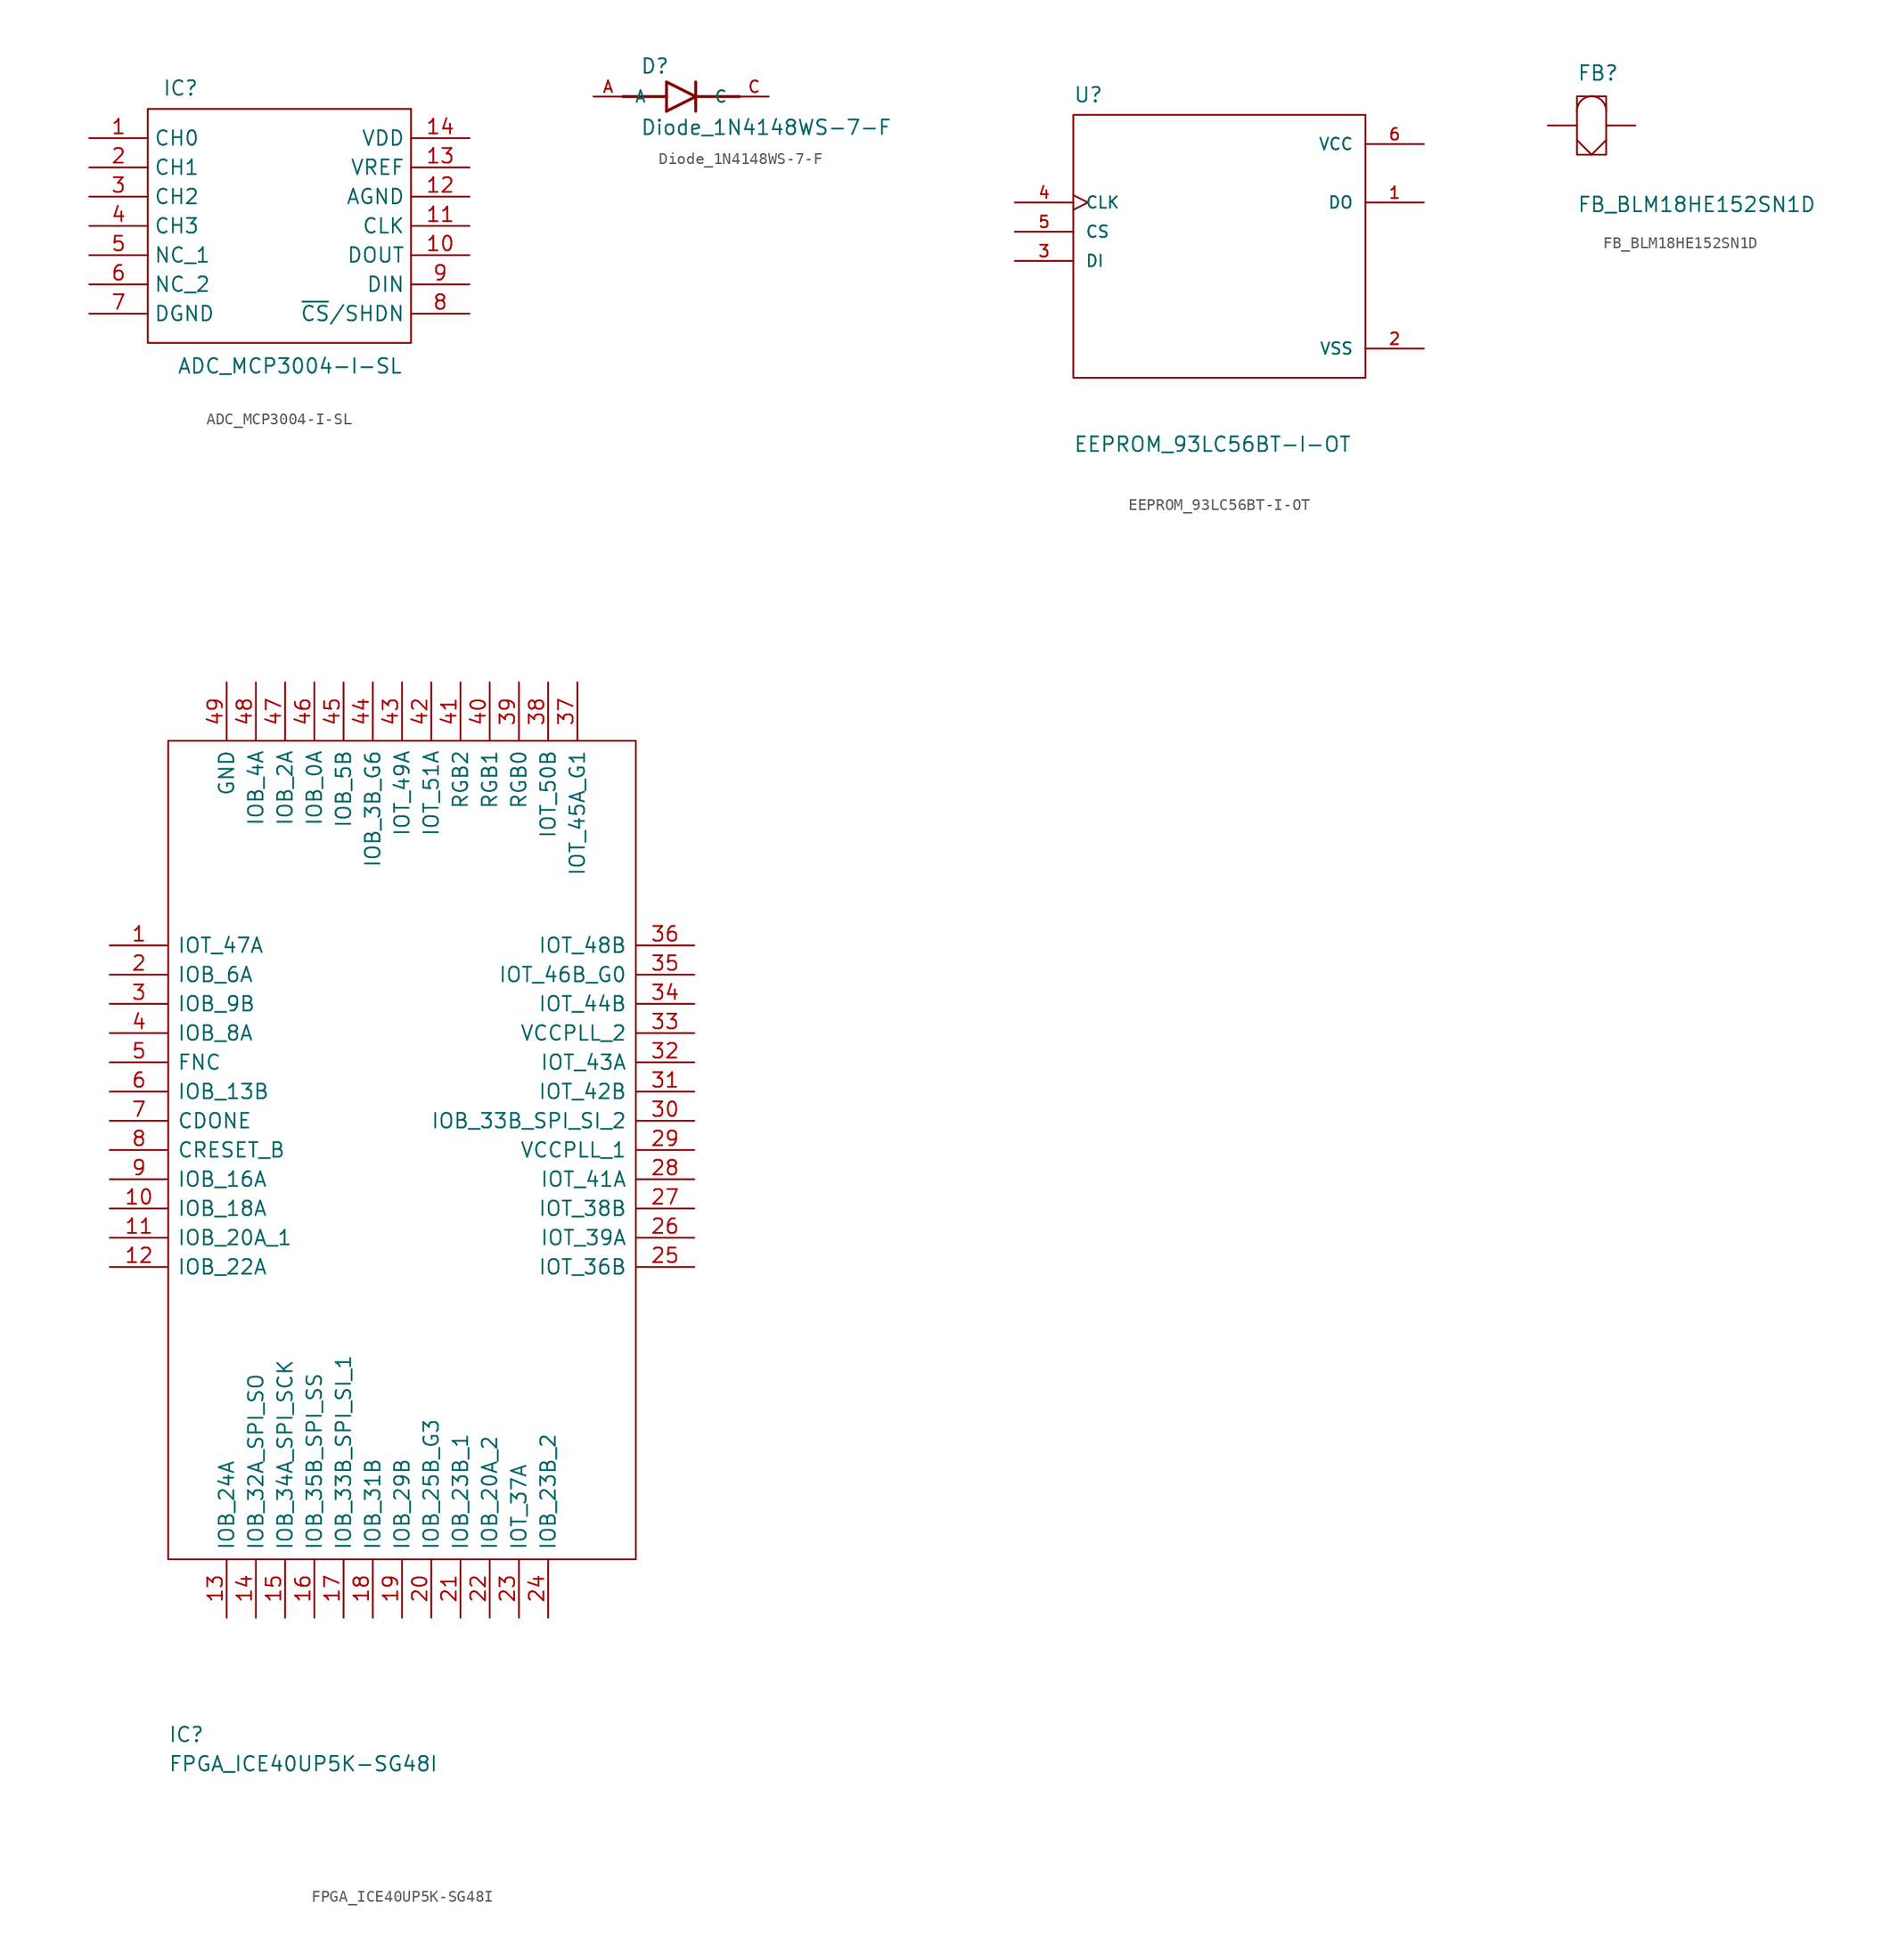
<source format=kicad_sym>
(kicad_symbol_lib
  (version 20220914)
  (generator kicad_symbol_editor)
  (symbol "ADC_MCP3004-I-SL"
    (property "Reference" "IC"
      (at 1.27 2.54 0)
      (effects (font (size 1.27 1.27)) (justify left top)))
    (property "Value" "ADC_MCP3004-I-SL"
      (at 2.54 -21.59 0)
      (effects (font (size 1.27 1.27)) (justify left top)))
    (symbol "ADC_MCP3004-I-SL_0_1"
      (rectangle (start 0 0) (end 22.86 -20.32) (stroke (width 0) (type default)) (fill (type none))))
    (symbol "ADC_MCP3004-I-SL_1_1"
      (pin passive line (at -5.08 -2.54 0) (length 5.08) (name "CH0" (effects (font (size 1.27 1.27)))) (number "1" (effects (font (size 1.27 1.27)))))
      (pin passive line (at 27.94 -12.7 180) (length 5.08) (name "DOUT" (effects (font (size 1.27 1.27)))) (number "10" (effects (font (size 1.27 1.27)))))
      (pin passive line (at 27.94 -10.16 180) (length 5.08) (name "CLK" (effects (font (size 1.27 1.27)))) (number "11" (effects (font (size 1.27 1.27)))))
      (pin passive line (at 27.94 -7.62 180) (length 5.08) (name "AGND" (effects (font (size 1.27 1.27)))) (number "12" (effects (font (size 1.27 1.27)))))
      (pin passive line (at 27.94 -5.08 180) (length 5.08) (name "VREF" (effects (font (size 1.27 1.27)))) (number "13" (effects (font (size 1.27 1.27)))))
      (pin passive line (at 27.94 -2.54 180) (length 5.08) (name "VDD" (effects (font (size 1.27 1.27)))) (number "14" (effects (font (size 1.27 1.27)))))
      (pin passive line (at -5.08 -5.08 0) (length 5.08) (name "CH1" (effects (font (size 1.27 1.27)))) (number "2" (effects (font (size 1.27 1.27)))))
      (pin passive line (at -5.08 -7.62 0) (length 5.08) (name "CH2" (effects (font (size 1.27 1.27)))) (number "3" (effects (font (size 1.27 1.27)))))
      (pin passive line (at -5.08 -10.16 0) (length 5.08) (name "CH3" (effects (font (size 1.27 1.27)))) (number "4" (effects (font (size 1.27 1.27)))))
      (pin passive line (at -5.08 -12.7 0) (length 5.08) (name "NC_1" (effects (font (size 1.27 1.27)))) (number "5" (effects (font (size 1.27 1.27)))))
      (pin passive line (at -5.08 -15.24 0) (length 5.08) (name "NC_2" (effects (font (size 1.27 1.27)))) (number "6" (effects (font (size 1.27 1.27)))))
      (pin passive line (at -5.08 -17.78 0) (length 5.08) (name "DGND" (effects (font (size 1.27 1.27)))) (number "7" (effects (font (size 1.27 1.27)))))
      (pin passive line (at 27.94 -17.78 180) (length 5.08) (name "~{CS}/SHDN" (effects (font (size 1.27 1.27)))) (number "8" (effects (font (size 1.27 1.27)))))
      (pin passive line (at 27.94 -15.24 180) (length 5.08) (name "DIN" (effects (font (size 1.27 1.27)))) (number "9" (effects (font (size 1.27 1.27)))))))
  (symbol "Diode_1N4148WS-7-F"
    (pin_names
      (offset 1.016))
    (property "Reference" "D"
      (at -3.556 1.905 0)
      (effects (font (size 1.27 1.27)) (justify left bottom)))
    (property "Value" "Diode_1N4148WS-7-F"
      (at -3.556 -3.429 0)
      (effects (font (size 1.27 1.27)) (justify left bottom)))
    (symbol "Diode_1N4148WS-7-F_0_0"
      (polyline (pts (xy -5.08 0) (xy -1.27 0)) (stroke (width 0.254) (type default)) (fill (type none)))
      (polyline (pts (xy -1.27 -1.27) (xy 1.27 0)) (stroke (width 0.254) (type default)) (fill (type none)))
      (polyline (pts (xy -1.27 0) (xy -1.27 -1.27)) (stroke (width 0.254) (type default)) (fill (type none)))
      (polyline (pts (xy -1.27 1.27) (xy -1.27 0)) (stroke (width 0.254) (type default)) (fill (type none)))
      (polyline (pts (xy 1.27 0) (xy -1.27 1.27)) (stroke (width 0.254) (type default)) (fill (type none)))
      (polyline (pts (xy 1.27 0) (xy 1.27 -1.27)) (stroke (width 0.254) (type default)) (fill (type none)))
      (polyline (pts (xy 1.27 0) (xy 5.08 0)) (stroke (width 0.254) (type default)) (fill (type none)))
      (polyline (pts (xy 1.27 1.27) (xy 1.27 0)) (stroke (width 0.254) (type default)) (fill (type none)))
      (pin passive line (at -7.62 0 0) (length 2.54) (name "A" (effects (font (size 1.016 1.016)))) (number "A" (effects (font (size 1.016 1.016)))))
      (pin passive line (at 7.62 0 180) (length 2.54) (name "C" (effects (font (size 1.016 1.016)))) (number "C" (effects (font (size 1.016 1.016)))))))
  (symbol "EEPROM_93LC56BT-I-OT"
    (pin_names
      (offset 1.016))
    (property "Reference" "U"
      (at 0 0.991 0)
      (effects (font (size 1.27 1.27)) (justify left bottom)))
    (property "Value" "EEPROM_93LC56BT-I-OT"
      (at 0 -29.388 0)
      (effects (font (size 1.27 1.27)) (justify left bottom)))
    (symbol "EEPROM_93LC56BT-I-OT_0_0"
      (pin output line (at 30.48 -7.62 180) (length 5.08) (name "DO" (effects (font (size 1.016 1.016)))) (number "1" (effects (font (size 1.016 1.016)))))
      (pin power_in line (at 30.48 -20.32 180) (length 5.08) (name "VSS" (effects (font (size 1.016 1.016)))) (number "2" (effects (font (size 1.016 1.016)))))
      (pin input line (at -5.08 -12.7 0) (length 5.08) (name "DI" (effects (font (size 1.016 1.016)))) (number "3" (effects (font (size 1.016 1.016)))))
      (pin input clock (at -5.08 -7.62 0) (length 5.08) (name "CLK" (effects (font (size 1.016 1.016)))) (number "4" (effects (font (size 1.016 1.016)))))
      (pin input line (at -5.08 -10.16 0) (length 5.08) (name "CS" (effects (font (size 1.016 1.016)))) (number "5" (effects (font (size 1.016 1.016)))))
      (pin power_in line (at 30.48 -2.54 180) (length 5.08) (name "VCC" (effects (font (size 1.016 1.016)))) (number "6" (effects (font (size 1.016 1.016))))))
    (symbol "EEPROM_93LC56BT-I-OT_1_1"
      (rectangle (start 25.4 -22.86) (end 0 0) (stroke (width 0.152) (type default)) (fill (type none)))))
  (symbol "FB_BLM18HE152SN1D"
    (pin_numbers hide)
    (pin_names
      (offset 1.016) hide)
    (property "Reference" "FB"
      (at 0 1.27 0)
      (effects (font (size 1.27 1.27)) (justify left bottom)))
    (property "Value" "FB_BLM18HE152SN1D"
      (at 0 -10.16 0)
      (effects (font (size 1.27 1.27)) (justify left bottom)))
    (symbol "FB_BLM18HE152SN1D_0_0"
      (pin passive line (at -2.54 -2.54 0) (length 2.54) (name "~" (effects (font (size 1.016 1.016)))) (number "1" (effects (font (size 1.016 1.016)))))
      (pin passive line (at 5.08 -2.54 180) (length 2.54) (name "~" (effects (font (size 1.016 1.016)))) (number "2" (effects (font (size 1.016 1.016))))))
    (symbol "FB_BLM18HE152SN1D_0_1"
      (rectangle (start 0 0) (end 2.54 -5.08) (stroke (width 0.152) (type default)) (fill (type none))))
    (symbol "FB_BLM18HE152SN1D_1_1"
      (polyline (pts (xy 0 -3.81) (xy 1.27 -5.08) (xy 2.54 -3.81)) (stroke (width 0.152) (type default)) (fill (type none)))
      (arc (start 1.27 0) (mid 0.372 -0.372) (end 0 -1.27) (stroke (width 0.1524) (type default)) (fill (type none)))
      (arc (start 2.54 -1.27) (mid 2.168 -0.372) (end 1.27 0) (stroke (width 0.1524) (type default)) (fill (type none)))))
  (symbol "FPGA_ICE40UP5K-SG48I"
    (pin_names
      (offset 0.762))
    (property "Reference" "IC"
      (at 0 -86.36 0)
      (effects (font (size 1.27 1.27)) (justify left)))
    (property "Value" "FPGA_ICE40UP5K-SG48I"
      (at 0 -88.9 0)
      (effects (font (size 1.27 1.27)) (justify left)))
    (symbol "FPGA_ICE40UP5K-SG48I_0_0"
      (pin passive line (at -5.08 -17.78 0) (length 5.08) (name "IOT_47A" (effects (font (size 1.27 1.27)))) (number "1" (effects (font (size 1.27 1.27)))))
      (pin passive line (at -5.08 -40.64 0) (length 5.08) (name "IOB_18A" (effects (font (size 1.27 1.27)))) (number "10" (effects (font (size 1.27 1.27)))))
      (pin passive line (at -5.08 -43.18 0) (length 5.08) (name "IOB_20A_1" (effects (font (size 1.27 1.27)))) (number "11" (effects (font (size 1.27 1.27)))))
      (pin passive line (at -5.08 -45.72 0) (length 5.08) (name "IOB_22A" (effects (font (size 1.27 1.27)))) (number "12" (effects (font (size 1.27 1.27)))))
      (pin passive line (at 5.08 -76.2 90) (length 5.08) (name "IOB_24A" (effects (font (size 1.27 1.27)))) (number "13" (effects (font (size 1.27 1.27)))))
      (pin passive line (at 7.62 -76.2 90) (length 5.08) (name "IOB_32A_SPI_SO" (effects (font (size 1.27 1.27)))) (number "14" (effects (font (size 1.27 1.27)))))
      (pin passive line (at 10.16 -76.2 90) (length 5.08) (name "IOB_34A_SPI_SCK" (effects (font (size 1.27 1.27)))) (number "15" (effects (font (size 1.27 1.27)))))
      (pin passive line (at 12.7 -76.2 90) (length 5.08) (name "IOB_35B_SPI_SS" (effects (font (size 1.27 1.27)))) (number "16" (effects (font (size 1.27 1.27)))))
      (pin passive line (at 15.24 -76.2 90) (length 5.08) (name "IOB_33B_SPI_SI_1" (effects (font (size 1.27 1.27)))) (number "17" (effects (font (size 1.27 1.27)))))
      (pin passive line (at 17.78 -76.2 90) (length 5.08) (name "IOB_31B" (effects (font (size 1.27 1.27)))) (number "18" (effects (font (size 1.27 1.27)))))
      (pin passive line (at 20.32 -76.2 90) (length 5.08) (name "IOB_29B" (effects (font (size 1.27 1.27)))) (number "19" (effects (font (size 1.27 1.27)))))
      (pin passive line (at -5.08 -20.32 0) (length 5.08) (name "IOB_6A" (effects (font (size 1.27 1.27)))) (number "2" (effects (font (size 1.27 1.27)))))
      (pin passive line (at 22.86 -76.2 90) (length 5.08) (name "IOB_25B_G3" (effects (font (size 1.27 1.27)))) (number "20" (effects (font (size 1.27 1.27)))))
      (pin passive line (at 25.4 -76.2 90) (length 5.08) (name "IOB_23B_1" (effects (font (size 1.27 1.27)))) (number "21" (effects (font (size 1.27 1.27)))))
      (pin passive line (at 27.94 -76.2 90) (length 5.08) (name "IOB_20A_2" (effects (font (size 1.27 1.27)))) (number "22" (effects (font (size 1.27 1.27)))))
      (pin passive line (at 30.48 -76.2 90) (length 5.08) (name "IOT_37A" (effects (font (size 1.27 1.27)))) (number "23" (effects (font (size 1.27 1.27)))))
      (pin passive line (at 33.02 -76.2 90) (length 5.08) (name "IOB_23B_2" (effects (font (size 1.27 1.27)))) (number "24" (effects (font (size 1.27 1.27)))))
      (pin passive line (at 45.72 -45.72 180) (length 5.08) (name "IOT_36B" (effects (font (size 1.27 1.27)))) (number "25" (effects (font (size 1.27 1.27)))))
      (pin passive line (at 45.72 -43.18 180) (length 5.08) (name "IOT_39A" (effects (font (size 1.27 1.27)))) (number "26" (effects (font (size 1.27 1.27)))))
      (pin passive line (at 45.72 -40.64 180) (length 5.08) (name "IOT_38B" (effects (font (size 1.27 1.27)))) (number "27" (effects (font (size 1.27 1.27)))))
      (pin passive line (at 45.72 -38.1 180) (length 5.08) (name "IOT_41A" (effects (font (size 1.27 1.27)))) (number "28" (effects (font (size 1.27 1.27)))))
      (pin passive line (at 45.72 -35.56 180) (length 5.08) (name "VCCPLL_1" (effects (font (size 1.27 1.27)))) (number "29" (effects (font (size 1.27 1.27)))))
      (pin passive line (at -5.08 -22.86 0) (length 5.08) (name "IOB_9B" (effects (font (size 1.27 1.27)))) (number "3" (effects (font (size 1.27 1.27)))))
      (pin passive line (at 45.72 -33.02 180) (length 5.08) (name "IOB_33B_SPI_SI_2" (effects (font (size 1.27 1.27)))) (number "30" (effects (font (size 1.27 1.27)))))
      (pin passive line (at 45.72 -30.48 180) (length 5.08) (name "IOT_42B" (effects (font (size 1.27 1.27)))) (number "31" (effects (font (size 1.27 1.27)))))
      (pin passive line (at 45.72 -27.94 180) (length 5.08) (name "IOT_43A" (effects (font (size 1.27 1.27)))) (number "32" (effects (font (size 1.27 1.27)))))
      (pin passive line (at 45.72 -25.4 180) (length 5.08) (name "VCCPLL_2" (effects (font (size 1.27 1.27)))) (number "33" (effects (font (size 1.27 1.27)))))
      (pin passive line (at 45.72 -22.86 180) (length 5.08) (name "IOT_44B" (effects (font (size 1.27 1.27)))) (number "34" (effects (font (size 1.27 1.27)))))
      (pin passive line (at 45.72 -20.32 180) (length 5.08) (name "IOT_46B_G0" (effects (font (size 1.27 1.27)))) (number "35" (effects (font (size 1.27 1.27)))))
      (pin passive line (at 45.72 -17.78 180) (length 5.08) (name "IOT_48B" (effects (font (size 1.27 1.27)))) (number "36" (effects (font (size 1.27 1.27)))))
      (pin passive line (at 35.56 5.08 270) (length 5.08) (name "IOT_45A_G1" (effects (font (size 1.27 1.27)))) (number "37" (effects (font (size 1.27 1.27)))))
      (pin passive line (at 33.02 5.08 270) (length 5.08) (name "IOT_50B" (effects (font (size 1.27 1.27)))) (number "38" (effects (font (size 1.27 1.27)))))
      (pin passive line (at 30.48 5.08 270) (length 5.08) (name "RGB0" (effects (font (size 1.27 1.27)))) (number "39" (effects (font (size 1.27 1.27)))))
      (pin passive line (at -5.08 -25.4 0) (length 5.08) (name "IOB_8A" (effects (font (size 1.27 1.27)))) (number "4" (effects (font (size 1.27 1.27)))))
      (pin passive line (at 27.94 5.08 270) (length 5.08) (name "RGB1" (effects (font (size 1.27 1.27)))) (number "40" (effects (font (size 1.27 1.27)))))
      (pin passive line (at 25.4 5.08 270) (length 5.08) (name "RGB2" (effects (font (size 1.27 1.27)))) (number "41" (effects (font (size 1.27 1.27)))))
      (pin passive line (at 22.86 5.08 270) (length 5.08) (name "IOT_51A" (effects (font (size 1.27 1.27)))) (number "42" (effects (font (size 1.27 1.27)))))
      (pin passive line (at 20.32 5.08 270) (length 5.08) (name "IOT_49A" (effects (font (size 1.27 1.27)))) (number "43" (effects (font (size 1.27 1.27)))))
      (pin passive line (at 17.78 5.08 270) (length 5.08) (name "IOB_3B_G6" (effects (font (size 1.27 1.27)))) (number "44" (effects (font (size 1.27 1.27)))))
      (pin passive line (at 15.24 5.08 270) (length 5.08) (name "IOB_5B" (effects (font (size 1.27 1.27)))) (number "45" (effects (font (size 1.27 1.27)))))
      (pin passive line (at 12.7 5.08 270) (length 5.08) (name "IOB_0A" (effects (font (size 1.27 1.27)))) (number "46" (effects (font (size 1.27 1.27)))))
      (pin passive line (at 10.16 5.08 270) (length 5.08) (name "IOB_2A" (effects (font (size 1.27 1.27)))) (number "47" (effects (font (size 1.27 1.27)))))
      (pin passive line (at 7.62 5.08 270) (length 5.08) (name "IOB_4A" (effects (font (size 1.27 1.27)))) (number "48" (effects (font (size 1.27 1.27)))))
      (pin passive line (at 5.08 5.08 270) (length 5.08) (name "GND" (effects (font (size 1.27 1.27)))) (number "49" (effects (font (size 1.27 1.27)))))
      (pin passive line (at -5.08 -27.94 0) (length 5.08) (name "FNC" (effects (font (size 1.27 1.27)))) (number "5" (effects (font (size 1.27 1.27)))))
      (pin passive line (at -5.08 -30.48 0) (length 5.08) (name "IOB_13B" (effects (font (size 1.27 1.27)))) (number "6" (effects (font (size 1.27 1.27)))))
      (pin passive line (at -5.08 -33.02 0) (length 5.08) (name "CDONE" (effects (font (size 1.27 1.27)))) (number "7" (effects (font (size 1.27 1.27)))))
      (pin passive line (at -5.08 -35.56 0) (length 5.08) (name "CRESET_B" (effects (font (size 1.27 1.27)))) (number "8" (effects (font (size 1.27 1.27)))))
      (pin passive line (at -5.08 -38.1 0) (length 5.08) (name "IOB_16A" (effects (font (size 1.27 1.27)))) (number "9" (effects (font (size 1.27 1.27))))))
    (symbol "FPGA_ICE40UP5K-SG48I_0_1"
      (polyline (pts (xy 0 0) (xy 40.64 0) (xy 40.64 -71.12) (xy 0 -71.12) (xy 0 0)) (stroke (width 0.152) (type default)) (fill (type none))))))
</source>
